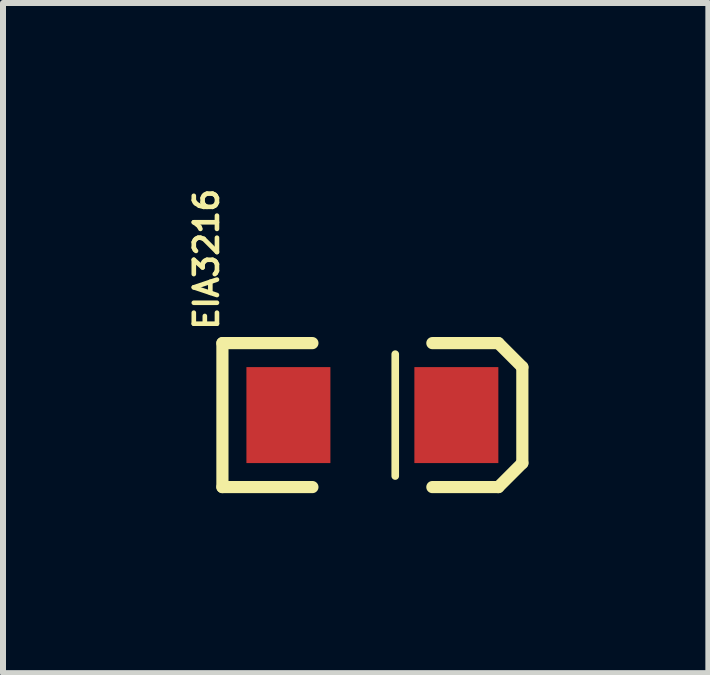
<source format=kicad_pcb>
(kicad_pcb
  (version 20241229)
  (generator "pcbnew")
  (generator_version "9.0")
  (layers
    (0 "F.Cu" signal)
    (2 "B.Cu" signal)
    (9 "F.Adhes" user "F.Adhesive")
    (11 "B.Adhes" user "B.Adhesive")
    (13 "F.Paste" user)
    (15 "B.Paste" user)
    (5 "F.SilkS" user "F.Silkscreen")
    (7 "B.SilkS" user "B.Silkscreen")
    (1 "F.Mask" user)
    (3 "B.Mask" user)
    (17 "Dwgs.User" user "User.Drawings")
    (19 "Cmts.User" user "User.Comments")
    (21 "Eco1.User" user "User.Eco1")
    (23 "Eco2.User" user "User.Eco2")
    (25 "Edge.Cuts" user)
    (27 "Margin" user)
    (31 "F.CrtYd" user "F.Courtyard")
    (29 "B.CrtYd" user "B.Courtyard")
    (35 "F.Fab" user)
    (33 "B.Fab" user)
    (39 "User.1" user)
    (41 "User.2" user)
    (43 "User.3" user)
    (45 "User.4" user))
  (footprint "EIA3216"
    (layer "F.Cu")
    (at 3.158 3.87)
    (property "Reference" "EIA3216" (at -2.54 -1.381 90) (layer "F.SilkS") (effects (font (size 0.386 0.386) (thickness 0.077)) (justify left bottom)))
    (attr through_hole)
    (fp_line (start -2.5 -1.2) (end -1 -1.2) (stroke (width 0.203) (type solid)) (layer "F.SilkS"))
    (fp_line (start -2.5 1.2) (end -2.5 -1.2) (stroke (width 0.203) (type solid)) (layer "F.SilkS"))
    (fp_line (start -1 1.2) (end -2.5 1.2) (stroke (width 0.203) (type solid)) (layer "F.SilkS"))
    (fp_line (start 0.381 -1.016) (end 0.381 1.016) (stroke (width 0.127) (type solid)) (layer "F.SilkS"))
    (fp_line (start 1 1.2) (end 2.1 1.2) (stroke (width 0.203) (type solid)) (layer "F.SilkS"))
    (fp_line (start 2.1 -1.2) (end 1 -1.2) (stroke (width 0.203) (type solid)) (layer "F.SilkS"))
    (fp_line (start 2.1 1.2) (end 2.5 0.8) (stroke (width 0.203) (type solid)) (layer "F.SilkS"))
    (fp_line (start 2.5 -0.8) (end 2.1 -1.2) (stroke (width 0.203) (type solid)) (layer "F.SilkS"))
    (fp_line (start 2.5 0.8) (end 2.5 -0.8) (stroke (width 0.203) (type solid)) (layer "F.SilkS"))
    (pad "A" smd rect (at 1.4 0 90) (size 1.6 1.4) (layers "F.Cu" "F.Mask" "F.Paste"))
    (pad "C" smd rect (at -1.4 0 90) (size 1.6 1.4) (layers "F.Cu" "F.Mask" "F.Paste")))
  (gr_rect
    (start -3 -3)
    (end 8.759 8.172)
    (stroke (width 0.1) (type default))
    (fill no)
    (layer "Edge.Cuts")))
</source>
